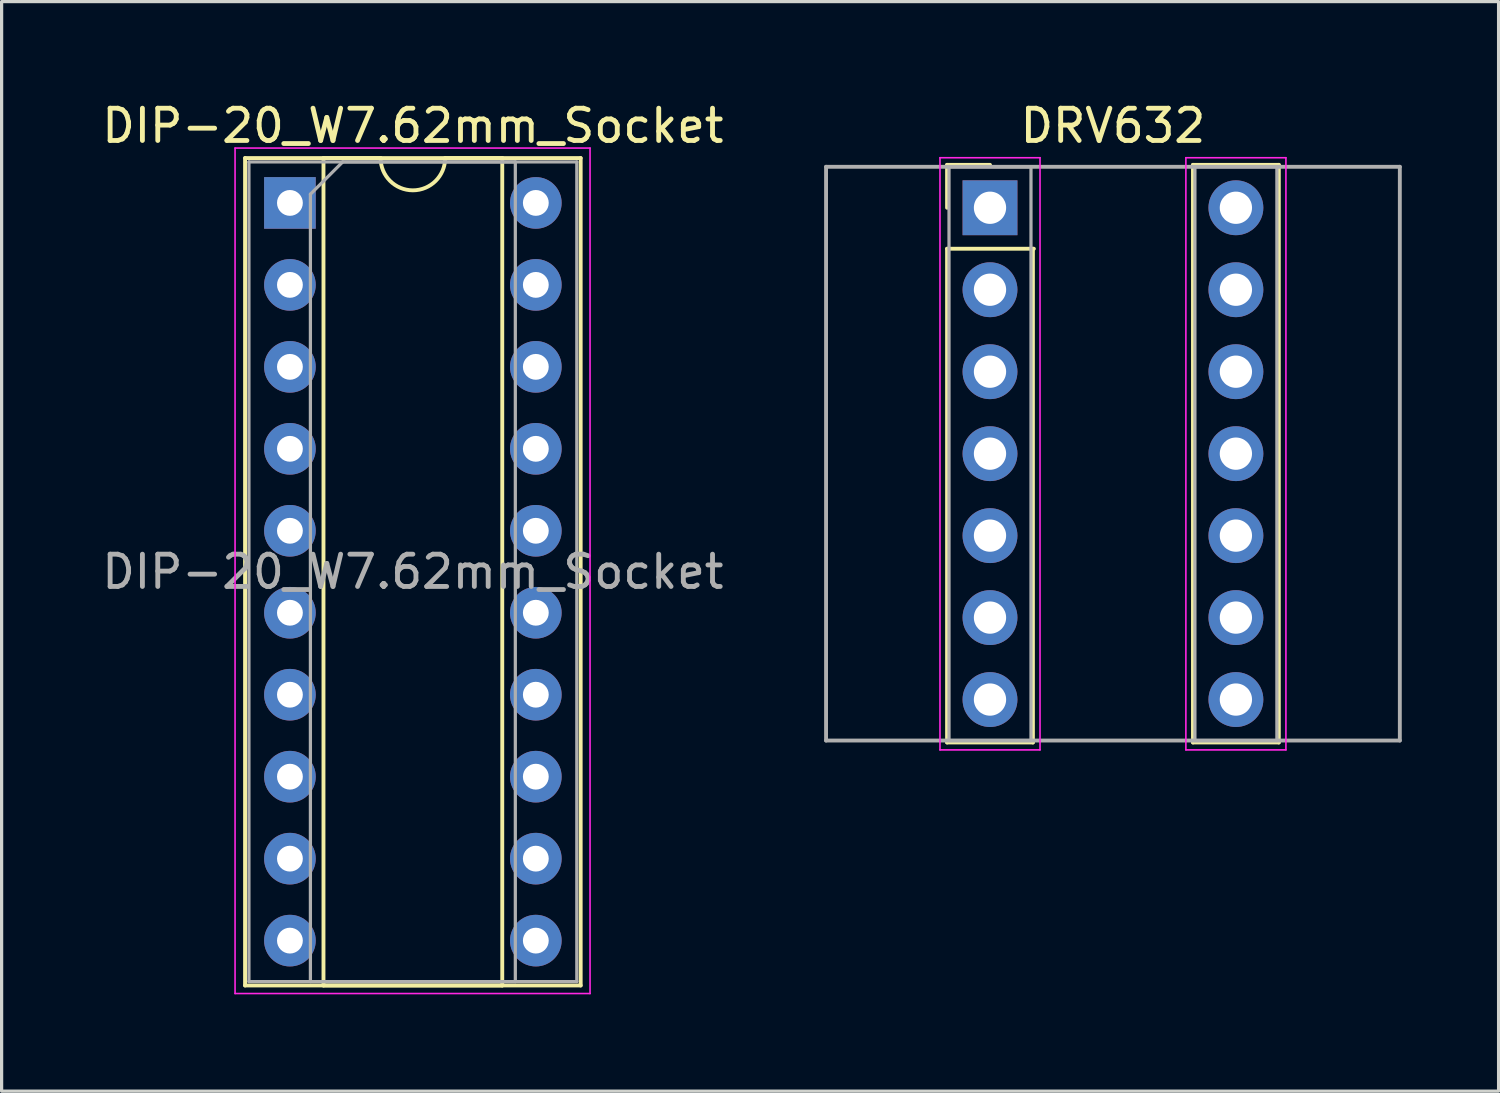
<source format=kicad_pcb>
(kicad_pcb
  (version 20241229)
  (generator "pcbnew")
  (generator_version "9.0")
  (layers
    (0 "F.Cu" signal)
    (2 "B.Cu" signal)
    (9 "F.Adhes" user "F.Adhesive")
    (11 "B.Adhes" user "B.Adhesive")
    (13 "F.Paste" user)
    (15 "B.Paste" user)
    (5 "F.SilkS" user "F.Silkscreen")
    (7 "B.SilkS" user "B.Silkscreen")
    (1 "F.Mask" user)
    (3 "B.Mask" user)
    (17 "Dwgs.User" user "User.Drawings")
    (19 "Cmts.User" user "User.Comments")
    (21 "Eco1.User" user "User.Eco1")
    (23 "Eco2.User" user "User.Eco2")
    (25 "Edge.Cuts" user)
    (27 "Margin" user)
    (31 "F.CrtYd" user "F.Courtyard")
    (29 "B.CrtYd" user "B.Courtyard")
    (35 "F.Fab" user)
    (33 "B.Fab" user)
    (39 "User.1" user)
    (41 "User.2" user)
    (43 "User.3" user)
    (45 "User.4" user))
  (footprint "DRV632"
    (layer "F.Cu")
    (at 31.438 3.388)
    (property "Reference" "DRV632" (at 0 -2.54 0) (layer "F.SilkS") (effects (font (size 1 1) (thickness 0.15))))
    (attr through_hole)
    (fp_line (start -5.14 -1.33) (end -3.81 -1.33) (stroke (width 0.12) (type solid)) (layer "F.SilkS"))
    (fp_line (start -5.14 0) (end -5.14 -1.33) (stroke (width 0.12) (type solid)) (layer "F.SilkS"))
    (fp_line (start -5.14 1.27) (end -5.14 16.57) (stroke (width 0.12) (type solid)) (layer "F.SilkS"))
    (fp_line (start -5.14 16.57) (end -2.48 16.57) (stroke (width 0.12) (type solid)) (layer "F.SilkS"))
    (fp_line (start -2.48 16.57) (end -2.48 1.27) (stroke (width 0.12) (type solid)) (layer "F.SilkS"))
    (fp_line (start -2.45 1.27) (end -5.14 1.27) (stroke (width 0.12) (type solid)) (layer "F.SilkS"))
    (fp_line (start 2.48 -1.33) (end 2.48 16.57) (stroke (width 0.12) (type solid)) (layer "F.SilkS"))
    (fp_line (start 2.48 16.57) (end 5.14 16.57) (stroke (width 0.12) (type solid)) (layer "F.SilkS"))
    (fp_line (start 5.14 -1.33) (end 2.48 -1.33) (stroke (width 0.12) (type solid)) (layer "F.SilkS"))
    (fp_line (start 5.14 16.57) (end 5.14 -1.33) (stroke (width 0.12) (type solid)) (layer "F.SilkS"))
    (fp_line (start -5.36 -1.55) (end -5.36 16.8) (stroke (width 0.05) (type solid)) (layer "F.CrtYd"))
    (fp_line (start -5.36 16.8) (end -2.26 16.8) (stroke (width 0.05) (type solid)) (layer "F.CrtYd"))
    (fp_line (start -2.26 -1.55) (end -5.36 -1.55) (stroke (width 0.05) (type solid)) (layer "F.CrtYd"))
    (fp_line (start -2.26 16.8) (end -2.26 -1.55) (stroke (width 0.05) (type solid)) (layer "F.CrtYd"))
    (fp_line (start 2.26 -1.55) (end 2.26 16.8) (stroke (width 0.05) (type solid)) (layer "F.CrtYd"))
    (fp_line (start 2.26 16.8) (end 5.36 16.8) (stroke (width 0.05) (type solid)) (layer "F.CrtYd"))
    (fp_line (start 5.36 -1.55) (end 2.26 -1.55) (stroke (width 0.05) (type solid)) (layer "F.CrtYd"))
    (fp_line (start 5.36 16.8) (end 5.36 -1.55) (stroke (width 0.05) (type solid)) (layer "F.CrtYd"))
    (fp_line (start -8.89 -1.27) (end -8.89 16.51) (stroke (width 0.12) (type solid)) (layer "F.Fab"))
    (fp_line (start -8.89 16.51) (end 8.89 16.51) (stroke (width 0.12) (type solid)) (layer "F.Fab"))
    (fp_line (start -5.08 -1.27) (end -5.08 16.51) (stroke (width 0.1) (type solid)) (layer "F.Fab"))
    (fp_line (start -5.08 16.51) (end -2.54 16.51) (stroke (width 0.1) (type solid)) (layer "F.Fab"))
    (fp_line (start -2.54 -1.27) (end -5.08 -1.27) (stroke (width 0.1) (type solid)) (layer "F.Fab"))
    (fp_line (start -2.54 16.51) (end -2.54 -1.27) (stroke (width 0.1) (type solid)) (layer "F.Fab"))
    (fp_line (start 2.54 -1.27) (end 2.54 16.51) (stroke (width 0.1) (type solid)) (layer "F.Fab"))
    (fp_line (start 2.54 16.51) (end 5.08 16.51) (stroke (width 0.1) (type solid)) (layer "F.Fab"))
    (fp_line (start 5.08 -1.27) (end 2.54 -1.27) (stroke (width 0.1) (type solid)) (layer "F.Fab"))
    (fp_line (start 5.08 16.51) (end 5.08 -1.27) (stroke (width 0.1) (type solid)) (layer "F.Fab"))
    (fp_line (start 8.89 -1.27) (end -8.89 -1.27) (stroke (width 0.12) (type solid)) (layer "F.Fab"))
    (fp_line (start 8.89 16.51) (end 8.89 -1.27) (stroke (width 0.12) (type solid)) (layer "F.Fab"))
    (pad "1" thru_hole rect (at -3.81 0) (size 1.7 1.7) (drill 1) (layers "*.Cu" "*.Mask"))
    (pad "2" thru_hole oval (at -3.81 2.54) (size 1.7 1.7) (drill 1) (layers "*.Cu" "*.Mask"))
    (pad "3" thru_hole oval (at -3.81 5.08) (size 1.7 1.7) (drill 1) (layers "*.Cu" "*.Mask"))
    (pad "4" thru_hole oval (at -3.81 7.62) (size 1.7 1.7) (drill 1) (layers "*.Cu" "*.Mask"))
    (pad "5" thru_hole oval (at -3.81 10.16) (size 1.7 1.7) (drill 1) (layers "*.Cu" "*.Mask"))
    (pad "6" thru_hole oval (at -3.81 12.7) (size 1.7 1.7) (drill 1) (layers "*.Cu" "*.Mask"))
    (pad "7" thru_hole oval (at -3.81 15.24) (size 1.7 1.7) (drill 1) (layers "*.Cu" "*.Mask"))
    (pad "8" thru_hole oval (at 3.81 15.24) (size 1.7 1.7) (drill 1) (layers "*.Cu" "*.Mask"))
    (pad "9" thru_hole oval (at 3.81 12.7) (size 1.7 1.7) (drill 1) (layers "*.Cu" "*.Mask"))
    (pad "10" thru_hole oval (at 3.81 10.16) (size 1.7 1.7) (drill 1) (layers "*.Cu" "*.Mask"))
    (pad "11" thru_hole oval (at 3.81 7.62) (size 1.7 1.7) (drill 1) (layers "*.Cu" "*.Mask"))
    (pad "12" thru_hole oval (at 3.81 5.08) (size 1.7 1.7) (drill 1) (layers "*.Cu" "*.Mask"))
    (pad "13" thru_hole oval (at 3.81 2.54) (size 1.7 1.7) (drill 1) (layers "*.Cu" "*.Mask"))
    (pad "14" thru_hole circle (at 3.81 0) (size 1.7 1.7) (drill 1) (layers "*.Cu" "*.Mask")))
  (footprint "DIP-20_W7.62mm_Socket"
    (layer "F.Cu")
    (at 5.934 3.238)
    (property "Reference" "DIP-20_W7.62mm_Socket" (at 3.81 -2.39 0) (layer "F.SilkS") (effects (font (size 1 1) (thickness 0.15))))
    (attr through_hole)
    (fp_line (start -1.39 -1.39) (end -1.39 24.25) (stroke (width 0.12) (type solid)) (layer "F.SilkS"))
    (fp_line (start -1.39 24.25) (end 9.01 24.25) (stroke (width 0.12) (type solid)) (layer "F.SilkS"))
    (fp_line (start 1.04 -1.39) (end 1.04 24.25) (stroke (width 0.12) (type solid)) (layer "F.SilkS"))
    (fp_line (start 1.04 24.25) (end 6.58 24.25) (stroke (width 0.12) (type solid)) (layer "F.SilkS"))
    (fp_line (start 2.81 -1.39) (end 1.04 -1.39) (stroke (width 0.12) (type solid)) (layer "F.SilkS"))
    (fp_line (start 6.58 -1.39) (end 4.81 -1.39) (stroke (width 0.12) (type solid)) (layer "F.SilkS"))
    (fp_line (start 6.58 24.25) (end 6.58 -1.39) (stroke (width 0.12) (type solid)) (layer "F.SilkS"))
    (fp_line (start 9.01 -1.39) (end -1.39 -1.39) (stroke (width 0.12) (type solid)) (layer "F.SilkS"))
    (fp_line (start 9.01 24.25) (end 9.01 -1.39) (stroke (width 0.12) (type solid)) (layer "F.SilkS"))
    (fp_arc (start 4.81 -1.39) (mid 3.81 -0.39) (end 2.81 -1.39) (stroke (width 0.12) (type solid)) (layer "F.SilkS"))
    (fp_line (start -1.7 -1.7) (end -1.7 24.5) (stroke (width 0.05) (type solid)) (layer "F.CrtYd"))
    (fp_line (start -1.7 24.5) (end 9.3 24.5) (stroke (width 0.05) (type solid)) (layer "F.CrtYd"))
    (fp_line (start 9.3 -1.7) (end -1.7 -1.7) (stroke (width 0.05) (type solid)) (layer "F.CrtYd"))
    (fp_line (start 9.3 24.5) (end 9.3 -1.7) (stroke (width 0.05) (type solid)) (layer "F.CrtYd"))
    (fp_line (start -1.27 -1.27) (end -1.27 24.13) (stroke (width 0.1) (type solid)) (layer "F.Fab"))
    (fp_line (start -1.27 24.13) (end 8.89 24.13) (stroke (width 0.1) (type solid)) (layer "F.Fab"))
    (fp_line (start 0.635 -0.27) (end 1.635 -1.27) (stroke (width 0.1) (type solid)) (layer "F.Fab"))
    (fp_line (start 0.635 24.13) (end 0.635 -0.27) (stroke (width 0.1) (type solid)) (layer "F.Fab"))
    (fp_line (start 1.635 -1.27) (end 6.985 -1.27) (stroke (width 0.1) (type solid)) (layer "F.Fab"))
    (fp_line (start 6.985 -1.27) (end 6.985 24.13) (stroke (width 0.1) (type solid)) (layer "F.Fab"))
    (fp_line (start 6.985 24.13) (end 0.635 24.13) (stroke (width 0.1) (type solid)) (layer "F.Fab"))
    (fp_line (start 8.89 -1.27) (end -1.27 -1.27) (stroke (width 0.1) (type solid)) (layer "F.Fab"))
    (fp_line (start 8.89 24.13) (end 8.89 -1.27) (stroke (width 0.1) (type solid)) (layer "F.Fab"))
    (fp_text user "${REFERENCE}" (at 3.81 11.43 0) (layer "F.Fab") (effects (font (size 1 1) (thickness 0.15))))
    (pad "1" thru_hole rect (at 0 0) (size 1.6 1.6) (drill 0.8) (layers "*.Cu" "*.Mask"))
    (pad "2" thru_hole oval (at 0 2.54) (size 1.6 1.6) (drill 0.8) (layers "*.Cu" "*.Mask"))
    (pad "3" thru_hole oval (at 0 5.08) (size 1.6 1.6) (drill 0.8) (layers "*.Cu" "*.Mask"))
    (pad "4" thru_hole oval (at 0 7.62) (size 1.6 1.6) (drill 0.8) (layers "*.Cu" "*.Mask"))
    (pad "5" thru_hole oval (at 0 10.16) (size 1.6 1.6) (drill 0.8) (layers "*.Cu" "*.Mask"))
    (pad "6" thru_hole oval (at 0 12.7) (size 1.6 1.6) (drill 0.8) (layers "*.Cu" "*.Mask"))
    (pad "7" thru_hole oval (at 0 15.24) (size 1.6 1.6) (drill 0.8) (layers "*.Cu" "*.Mask"))
    (pad "8" thru_hole oval (at 0 17.78) (size 1.6 1.6) (drill 0.8) (layers "*.Cu" "*.Mask"))
    (pad "9" thru_hole oval (at 0 20.32) (size 1.6 1.6) (drill 0.8) (layers "*.Cu" "*.Mask"))
    (pad "10" thru_hole oval (at 0 22.86) (size 1.6 1.6) (drill 0.8) (layers "*.Cu" "*.Mask"))
    (pad "11" thru_hole oval (at 7.62 22.86) (size 1.6 1.6) (drill 0.8) (layers "*.Cu" "*.Mask"))
    (pad "12" thru_hole oval (at 7.62 20.32) (size 1.6 1.6) (drill 0.8) (layers "*.Cu" "*.Mask"))
    (pad "13" thru_hole oval (at 7.62 17.78) (size 1.6 1.6) (drill 0.8) (layers "*.Cu" "*.Mask"))
    (pad "14" thru_hole oval (at 7.62 15.24) (size 1.6 1.6) (drill 0.8) (layers "*.Cu" "*.Mask"))
    (pad "15" thru_hole oval (at 7.62 12.7) (size 1.6 1.6) (drill 0.8) (layers "*.Cu" "*.Mask"))
    (pad "16" thru_hole oval (at 7.62 10.16) (size 1.6 1.6) (drill 0.8) (layers "*.Cu" "*.Mask"))
    (pad "17" thru_hole oval (at 7.62 7.62) (size 1.6 1.6) (drill 0.8) (layers "*.Cu" "*.Mask"))
    (pad "18" thru_hole oval (at 7.62 5.08) (size 1.6 1.6) (drill 0.8) (layers "*.Cu" "*.Mask"))
    (pad "19" thru_hole oval (at 7.62 2.54) (size 1.6 1.6) (drill 0.8) (layers "*.Cu" "*.Mask"))
    (pad "20" thru_hole oval (at 7.62 0) (size 1.6 1.6) (drill 0.8) (layers "*.Cu" "*.Mask")))
  (gr_rect
    (start -3 -3)
    (end 43.388 30.763)
    (stroke (width 0.1) (type default))
    (fill no)
    (layer "Edge.Cuts")))
</source>
